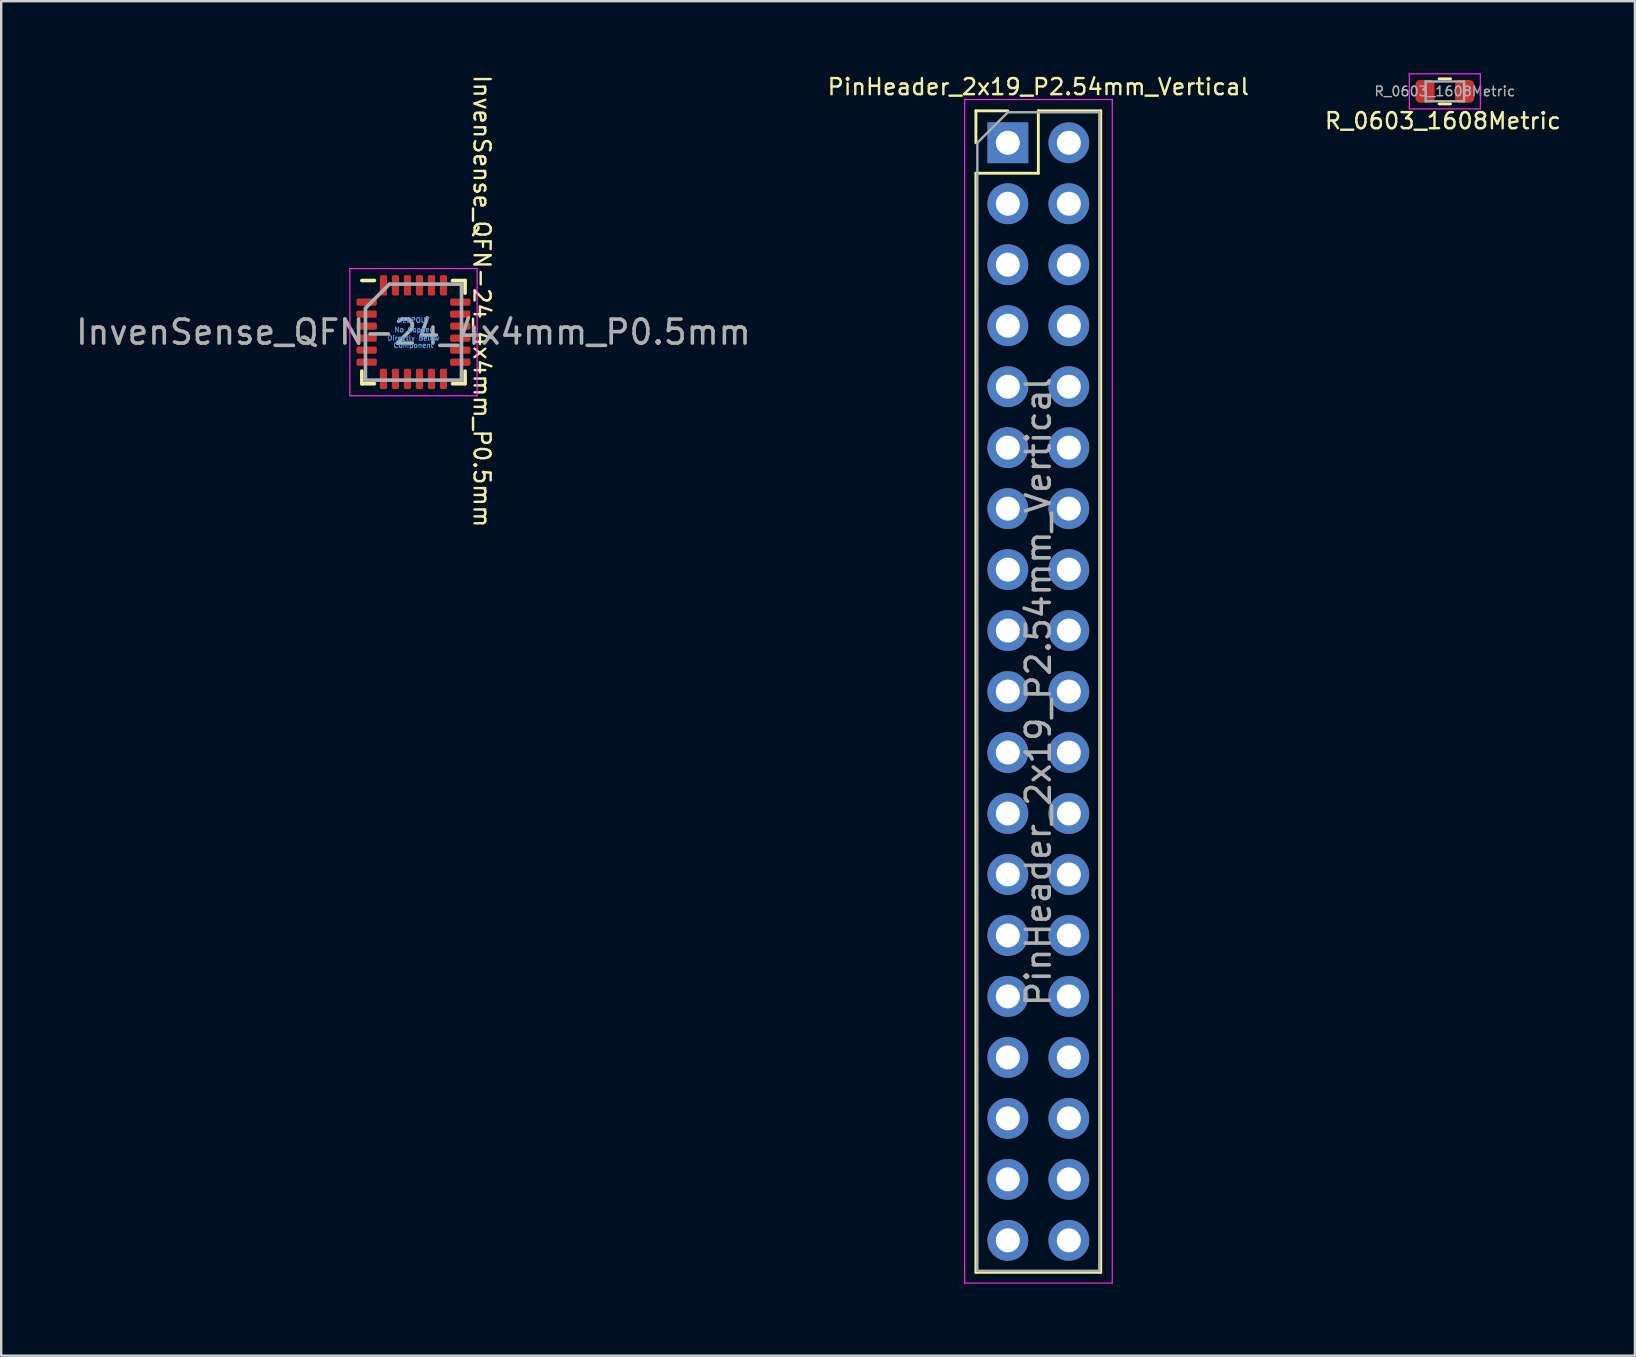
<source format=kicad_pcb>
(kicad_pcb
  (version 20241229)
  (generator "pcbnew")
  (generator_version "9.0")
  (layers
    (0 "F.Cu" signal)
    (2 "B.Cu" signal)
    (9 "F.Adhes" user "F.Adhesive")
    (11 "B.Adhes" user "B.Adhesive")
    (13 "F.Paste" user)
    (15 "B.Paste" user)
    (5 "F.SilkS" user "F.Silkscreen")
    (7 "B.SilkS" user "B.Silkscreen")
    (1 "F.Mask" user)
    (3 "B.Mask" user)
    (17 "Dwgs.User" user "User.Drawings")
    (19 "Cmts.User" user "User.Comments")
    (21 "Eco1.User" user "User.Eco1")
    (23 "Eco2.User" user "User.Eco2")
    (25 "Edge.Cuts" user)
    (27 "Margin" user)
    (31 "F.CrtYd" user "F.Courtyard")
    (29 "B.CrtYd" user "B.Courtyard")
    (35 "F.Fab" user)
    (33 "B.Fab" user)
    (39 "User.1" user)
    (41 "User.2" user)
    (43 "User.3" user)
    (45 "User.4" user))
  (footprint "R_0603_1608Metric"
    (layer "F.Cu")
    (at 57.135 0.755)
    (property "Reference" "R_0603_1608Metric" (at -0.08 1.23 0) (unlocked yes) (layer "F.SilkS") (effects (font (size 0.67 0.67) (thickness 0.1))))
    (attr smd)
    (fp_line (start -0.237 -0.522) (end 0.237 -0.522) (stroke (width 0.12) (type solid)) (layer "F.SilkS"))
    (fp_line (start -0.237 0.522) (end 0.237 0.522) (stroke (width 0.12) (type solid)) (layer "F.SilkS"))
    (fp_line (start -1.48 -0.73) (end 1.48 -0.73) (stroke (width 0.05) (type solid)) (layer "F.CrtYd"))
    (fp_line (start -1.48 0.73) (end -1.48 -0.73) (stroke (width 0.05) (type solid)) (layer "F.CrtYd"))
    (fp_line (start 1.48 -0.73) (end 1.48 0.73) (stroke (width 0.05) (type solid)) (layer "F.CrtYd"))
    (fp_line (start 1.48 0.73) (end -1.48 0.73) (stroke (width 0.05) (type solid)) (layer "F.CrtYd"))
    (fp_line (start -0.8 -0.412) (end 0.8 -0.412) (stroke (width 0.1) (type solid)) (layer "F.Fab"))
    (fp_line (start -0.8 0.412) (end -0.8 -0.412) (stroke (width 0.1) (type solid)) (layer "F.Fab"))
    (fp_line (start 0.8 -0.412) (end 0.8 0.412) (stroke (width 0.1) (type solid)) (layer "F.Fab"))
    (fp_line (start 0.8 0.412) (end -0.8 0.412) (stroke (width 0.1) (type solid)) (layer "F.Fab"))
    (fp_text user "${REFERENCE}" (at 0 0 0) (layer "F.Fab") (effects (font (size 0.4 0.4) (thickness 0.06))))
    (pad "1" smd roundrect (at -0.825 0) (size 0.8 0.95) (layers "F.Cu" "F.Mask" "F.Paste") (roundrect_rratio 0.25))
    (pad "2" smd roundrect (at 0.825 0) (size 0.8 0.95) (layers "F.Cu" "F.Mask" "F.Paste") (roundrect_rratio 0.25)))
  (footprint "InvenSense_QFN-24_4x4mm_P0.5mm"
    (layer "F.Cu")
    (at 14.173 10.785)
    (property "Reference" "InvenSense_QFN-24_4x4mm_P0.5mm" (at 2.85 -1.29 270) (unlocked yes) (layer "F.SilkS") (effects (font (size 0.67 0.67) (thickness 0.1))))
    (attr smd)
    (fp_line (start -2.15 -2.15) (end -1.625 -2.15) (stroke (width 0.15) (type solid)) (layer "F.SilkS"))
    (fp_line (start -2.15 2.15) (end -2.15 1.625) (stroke (width 0.15) (type solid)) (layer "F.SilkS"))
    (fp_line (start -2.15 2.15) (end -1.625 2.15) (stroke (width 0.15) (type solid)) (layer "F.SilkS"))
    (fp_line (start 2.15 -2.15) (end 1.625 -2.15) (stroke (width 0.15) (type solid)) (layer "F.SilkS"))
    (fp_line (start 2.15 -2.15) (end 2.15 -1.625) (stroke (width 0.15) (type solid)) (layer "F.SilkS"))
    (fp_line (start 2.15 2.15) (end 1.625 2.15) (stroke (width 0.15) (type solid)) (layer "F.SilkS"))
    (fp_line (start 2.15 2.15) (end 2.15 1.625) (stroke (width 0.15) (type solid)) (layer "F.SilkS"))
    (fp_line (start -2.65 -2.65) (end -2.65 2.65) (stroke (width 0.05) (type solid)) (layer "F.CrtYd"))
    (fp_line (start -2.65 -2.65) (end 2.65 -2.65) (stroke (width 0.05) (type solid)) (layer "F.CrtYd"))
    (fp_line (start -2.65 2.65) (end 2.65 2.65) (stroke (width 0.05) (type solid)) (layer "F.CrtYd"))
    (fp_line (start 2.65 -2.65) (end 2.65 2.65) (stroke (width 0.05) (type solid)) (layer "F.CrtYd"))
    (fp_line (start -2 -1) (end -1 -2) (stroke (width 0.15) (type solid)) (layer "F.Fab"))
    (fp_line (start -2 2) (end -2 -1) (stroke (width 0.15) (type solid)) (layer "F.Fab"))
    (fp_line (start -1 -2) (end 2 -2) (stroke (width 0.15) (type solid)) (layer "F.Fab"))
    (fp_line (start 2 -2) (end 2 2) (stroke (width 0.15) (type solid)) (layer "F.Fab"))
    (fp_line (start 2 2) (end -2 2) (stroke (width 0.15) (type solid)) (layer "F.Fab"))
    (fp_text user "Directly Below" (at 0 0.25 0) (layer "Cmts.User") (effects (font (size 0.2 0.2) (thickness 0.04))))
    (fp_text user "No Copper" (at 0 -0.1 0) (layer "Cmts.User") (effects (font (size 0.2 0.2) (thickness 0.04))))
    (fp_text user "KEEPOUT" (at 0 -0.5 0) (layer "Cmts.User") (effects (font (size 0.2 0.2) (thickness 0.04))))
    (fp_text user "Component" (at 0 0.55 0) (layer "Cmts.User") (effects (font (size 0.2 0.2) (thickness 0.04))))
    (fp_text user "${REFERENCE}" (at 0 0 0) (layer "F.Fab") (effects (font (size 1 1) (thickness 0.15))))
    (pad "1" smd roundrect (at -1.95 -1.25) (size 0.85 0.3) (layers "F.Cu" "F.Mask" "F.Paste") (roundrect_rratio 0.25))
    (pad "2" smd roundrect (at -1.95 -0.75) (size 0.85 0.3) (layers "F.Cu" "F.Mask" "F.Paste") (roundrect_rratio 0.25))
    (pad "3" smd roundrect (at -1.95 -0.25) (size 0.85 0.3) (layers "F.Cu" "F.Mask" "F.Paste") (roundrect_rratio 0.25))
    (pad "4" smd roundrect (at -1.95 0.25) (size 0.85 0.3) (layers "F.Cu" "F.Mask" "F.Paste") (roundrect_rratio 0.25))
    (pad "5" smd roundrect (at -1.95 0.75) (size 0.85 0.3) (layers "F.Cu" "F.Mask" "F.Paste") (roundrect_rratio 0.25))
    (pad "6" smd roundrect (at -1.95 1.25) (size 0.85 0.3) (layers "F.Cu" "F.Mask" "F.Paste") (roundrect_rratio 0.25))
    (pad "7" smd roundrect (at -1.25 1.95 90) (size 0.85 0.3) (layers "F.Cu" "F.Mask" "F.Paste") (roundrect_rratio 0.25))
    (pad "8" smd roundrect (at -0.75 1.95 90) (size 0.85 0.3) (layers "F.Cu" "F.Mask" "F.Paste") (roundrect_rratio 0.25))
    (pad "9" smd roundrect (at -0.25 1.95 90) (size 0.85 0.3) (layers "F.Cu" "F.Mask" "F.Paste") (roundrect_rratio 0.25))
    (pad "10" smd roundrect (at 0.25 1.95 90) (size 0.85 0.3) (layers "F.Cu" "F.Mask" "F.Paste") (roundrect_rratio 0.25))
    (pad "11" smd roundrect (at 0.75 1.95 90) (size 0.85 0.3) (layers "F.Cu" "F.Mask" "F.Paste") (roundrect_rratio 0.25))
    (pad "12" smd roundrect (at 1.25 1.95 90) (size 0.85 0.3) (layers "F.Cu" "F.Mask" "F.Paste") (roundrect_rratio 0.25))
    (pad "13" smd roundrect (at 1.95 1.25) (size 0.85 0.3) (layers "F.Cu" "F.Mask" "F.Paste") (roundrect_rratio 0.25))
    (pad "14" smd roundrect (at 1.95 0.75) (size 0.85 0.3) (layers "F.Cu" "F.Mask" "F.Paste") (roundrect_rratio 0.25))
    (pad "15" smd roundrect (at 1.95 0.25) (size 0.85 0.3) (layers "F.Cu" "F.Mask" "F.Paste") (roundrect_rratio 0.25))
    (pad "16" smd roundrect (at 1.95 -0.25) (size 0.85 0.3) (layers "F.Cu" "F.Mask" "F.Paste") (roundrect_rratio 0.25))
    (pad "17" smd roundrect (at 1.95 -0.75) (size 0.85 0.3) (layers "F.Cu" "F.Mask" "F.Paste") (roundrect_rratio 0.25))
    (pad "18" smd roundrect (at 1.95 -1.25) (size 0.85 0.3) (layers "F.Cu" "F.Mask" "F.Paste") (roundrect_rratio 0.25))
    (pad "19" smd roundrect (at 1.25 -1.95 90) (size 0.85 0.3) (layers "F.Cu" "F.Mask" "F.Paste") (roundrect_rratio 0.25))
    (pad "20" smd roundrect (at 0.75 -1.95 90) (size 0.85 0.3) (layers "F.Cu" "F.Mask" "F.Paste") (roundrect_rratio 0.25))
    (pad "21" smd roundrect (at 0.25 -1.95 90) (size 0.85 0.3) (layers "F.Cu" "F.Mask" "F.Paste") (roundrect_rratio 0.25))
    (pad "22" smd roundrect (at -0.25 -1.95 90) (size 0.85 0.3) (layers "F.Cu" "F.Mask" "F.Paste") (roundrect_rratio 0.25))
    (pad "23" smd roundrect (at -0.75 -1.95 90) (size 0.85 0.3) (layers "F.Cu" "F.Mask" "F.Paste") (roundrect_rratio 0.25))
    (pad "24" smd roundrect (at -1.25 -1.95 90) (size 0.85 0.3) (layers "F.Cu" "F.Mask" "F.Paste") (roundrect_rratio 0.25))
    (zone (net_name "") (layer "F.Cu") (hatch full 0.508) (connect_pads) (min_thickness 0.254) (filled_areas_thickness no) (keepout (tracks not_allowed) (vias not_allowed) (pads not_allowed) (copperpour not_allowed) (footprints allowed)) (placement (enabled no)) (fill) (polygon (pts (xy 8.588 28.11) (xy 11.338 28.11) (xy 11.338 30.76) (xy 8.588 30.76)))))
  (footprint "PinHeader_2x19_P2.54mm_Vertical"
    (layer "F.Cu")
    (at 38.932 2.897)
    (property "Reference" "PinHeader_2x19_P2.54mm_Vertical" (at 1.27 -2.33 0) (unlocked yes) (layer "F.SilkS") (effects (font (size 0.67 0.67) (thickness 0.1))))
    (attr through_hole)
    (fp_line (start -1.33 -1.33) (end 0 -1.33) (stroke (width 0.12) (type solid)) (layer "F.SilkS"))
    (fp_line (start -1.33 0) (end -1.33 -1.33) (stroke (width 0.12) (type solid)) (layer "F.SilkS"))
    (fp_line (start -1.33 1.27) (end -1.33 47.05) (stroke (width 0.12) (type solid)) (layer "F.SilkS"))
    (fp_line (start -1.33 1.27) (end 1.27 1.27) (stroke (width 0.12) (type solid)) (layer "F.SilkS"))
    (fp_line (start -1.33 47.05) (end 3.87 47.05) (stroke (width 0.12) (type solid)) (layer "F.SilkS"))
    (fp_line (start 1.27 -1.33) (end 3.87 -1.33) (stroke (width 0.12) (type solid)) (layer "F.SilkS"))
    (fp_line (start 1.27 1.27) (end 1.27 -1.33) (stroke (width 0.12) (type solid)) (layer "F.SilkS"))
    (fp_line (start 3.87 -1.33) (end 3.87 47.05) (stroke (width 0.12) (type solid)) (layer "F.SilkS"))
    (fp_line (start -1.8 -1.8) (end -1.8 47.5) (stroke (width 0.05) (type solid)) (layer "F.CrtYd"))
    (fp_line (start -1.8 47.5) (end 4.35 47.5) (stroke (width 0.05) (type solid)) (layer "F.CrtYd"))
    (fp_line (start 4.35 -1.8) (end -1.8 -1.8) (stroke (width 0.05) (type solid)) (layer "F.CrtYd"))
    (fp_line (start 4.35 47.5) (end 4.35 -1.8) (stroke (width 0.05) (type solid)) (layer "F.CrtYd"))
    (fp_line (start -1.27 0) (end 0 -1.27) (stroke (width 0.1) (type solid)) (layer "F.Fab"))
    (fp_line (start -1.27 46.99) (end -1.27 0) (stroke (width 0.1) (type solid)) (layer "F.Fab"))
    (fp_line (start 0 -1.27) (end 3.81 -1.27) (stroke (width 0.1) (type solid)) (layer "F.Fab"))
    (fp_line (start 3.81 -1.27) (end 3.81 46.99) (stroke (width 0.1) (type solid)) (layer "F.Fab"))
    (fp_line (start 3.81 46.99) (end -1.27 46.99) (stroke (width 0.1) (type solid)) (layer "F.Fab"))
    (fp_text user "${REFERENCE}" (at 1.27 22.86 90) (layer "F.Fab") (effects (font (size 1 1) (thickness 0.15))))
    (pad "1" thru_hole rect (at 0 0) (size 1.7 1.7) (drill 1) (layers "*.Cu" "*.Mask"))
    (pad "2" thru_hole oval (at 2.54 0) (size 1.7 1.7) (drill 1) (layers "*.Cu" "*.Mask"))
    (pad "3" thru_hole oval (at 0 2.54) (size 1.7 1.7) (drill 1) (layers "*.Cu" "*.Mask"))
    (pad "4" thru_hole oval (at 2.54 2.54) (size 1.7 1.7) (drill 1) (layers "*.Cu" "*.Mask"))
    (pad "5" thru_hole oval (at 0 5.08) (size 1.7 1.7) (drill 1) (layers "*.Cu" "*.Mask"))
    (pad "6" thru_hole oval (at 2.54 5.08) (size 1.7 1.7) (drill 1) (layers "*.Cu" "*.Mask"))
    (pad "7" thru_hole oval (at 0 7.62) (size 1.7 1.7) (drill 1) (layers "*.Cu" "*.Mask"))
    (pad "8" thru_hole oval (at 2.54 7.62) (size 1.7 1.7) (drill 1) (layers "*.Cu" "*.Mask"))
    (pad "9" thru_hole oval (at 0 10.16) (size 1.7 1.7) (drill 1) (layers "*.Cu" "*.Mask"))
    (pad "10" thru_hole oval (at 2.54 10.16) (size 1.7 1.7) (drill 1) (layers "*.Cu" "*.Mask"))
    (pad "11" thru_hole oval (at 0 12.7) (size 1.7 1.7) (drill 1) (layers "*.Cu" "*.Mask"))
    (pad "12" thru_hole oval (at 2.54 12.7) (size 1.7 1.7) (drill 1) (layers "*.Cu" "*.Mask"))
    (pad "13" thru_hole oval (at 0 15.24) (size 1.7 1.7) (drill 1) (layers "*.Cu" "*.Mask"))
    (pad "14" thru_hole oval (at 2.54 15.24) (size 1.7 1.7) (drill 1) (layers "*.Cu" "*.Mask"))
    (pad "15" thru_hole oval (at 0 17.78) (size 1.7 1.7) (drill 1) (layers "*.Cu" "*.Mask"))
    (pad "16" thru_hole oval (at 2.54 17.78) (size 1.7 1.7) (drill 1) (layers "*.Cu" "*.Mask"))
    (pad "17" thru_hole oval (at 0 20.32) (size 1.7 1.7) (drill 1) (layers "*.Cu" "*.Mask"))
    (pad "18" thru_hole oval (at 2.54 20.32) (size 1.7 1.7) (drill 1) (layers "*.Cu" "*.Mask"))
    (pad "19" thru_hole oval (at 0 22.86) (size 1.7 1.7) (drill 1) (layers "*.Cu" "*.Mask"))
    (pad "20" thru_hole oval (at 2.54 22.86) (size 1.7 1.7) (drill 1) (layers "*.Cu" "*.Mask"))
    (pad "21" thru_hole oval (at 0 25.4) (size 1.7 1.7) (drill 1) (layers "*.Cu" "*.Mask"))
    (pad "22" thru_hole oval (at 2.54 25.4) (size 1.7 1.7) (drill 1) (layers "*.Cu" "*.Mask"))
    (pad "23" thru_hole oval (at 0 27.94) (size 1.7 1.7) (drill 1) (layers "*.Cu" "*.Mask"))
    (pad "24" thru_hole oval (at 2.54 27.94) (size 1.7 1.7) (drill 1) (layers "*.Cu" "*.Mask"))
    (pad "25" thru_hole oval (at 0 30.48) (size 1.7 1.7) (drill 1) (layers "*.Cu" "*.Mask"))
    (pad "26" thru_hole oval (at 2.54 30.48) (size 1.7 1.7) (drill 1) (layers "*.Cu" "*.Mask"))
    (pad "27" thru_hole oval (at 0 33.02) (size 1.7 1.7) (drill 1) (layers "*.Cu" "*.Mask"))
    (pad "28" thru_hole oval (at 2.54 33.02) (size 1.7 1.7) (drill 1) (layers "*.Cu" "*.Mask"))
    (pad "29" thru_hole oval (at 0 35.56) (size 1.7 1.7) (drill 1) (layers "*.Cu" "*.Mask"))
    (pad "30" thru_hole oval (at 2.54 35.56) (size 1.7 1.7) (drill 1) (layers "*.Cu" "*.Mask"))
    (pad "31" thru_hole oval (at 0 38.1) (size 1.7 1.7) (drill 1) (layers "*.Cu" "*.Mask"))
    (pad "32" thru_hole oval (at 2.54 38.1) (size 1.7 1.7) (drill 1) (layers "*.Cu" "*.Mask"))
    (pad "33" thru_hole oval (at 0 40.64) (size 1.7 1.7) (drill 1) (layers "*.Cu" "*.Mask"))
    (pad "34" thru_hole oval (at 2.54 40.64) (size 1.7 1.7) (drill 1) (layers "*.Cu" "*.Mask"))
    (pad "35" thru_hole oval (at 0 43.18) (size 1.7 1.7) (drill 1) (layers "*.Cu" "*.Mask"))
    (pad "36" thru_hole oval (at 2.54 43.18) (size 1.7 1.7) (drill 1) (layers "*.Cu" "*.Mask"))
    (pad "37" thru_hole oval (at 0 45.72) (size 1.7 1.7) (drill 1) (layers "*.Cu" "*.Mask"))
    (pad "38" thru_hole oval (at 2.54 45.72) (size 1.7 1.7) (drill 1) (layers "*.Cu" "*.Mask")))
  (gr_rect
    (start -3 -3)
    (end 65.052 53.422)
    (stroke (width 0.1) (type default))
    (fill no)
    (layer "Edge.Cuts")))
</source>
